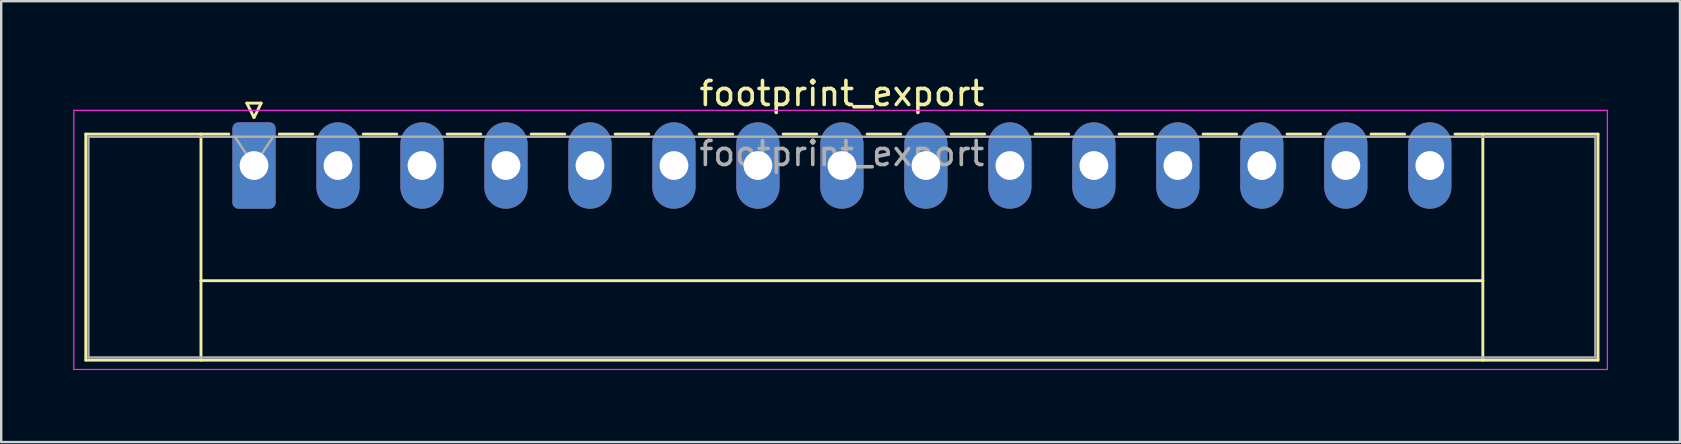
<source format=kicad_pcb>
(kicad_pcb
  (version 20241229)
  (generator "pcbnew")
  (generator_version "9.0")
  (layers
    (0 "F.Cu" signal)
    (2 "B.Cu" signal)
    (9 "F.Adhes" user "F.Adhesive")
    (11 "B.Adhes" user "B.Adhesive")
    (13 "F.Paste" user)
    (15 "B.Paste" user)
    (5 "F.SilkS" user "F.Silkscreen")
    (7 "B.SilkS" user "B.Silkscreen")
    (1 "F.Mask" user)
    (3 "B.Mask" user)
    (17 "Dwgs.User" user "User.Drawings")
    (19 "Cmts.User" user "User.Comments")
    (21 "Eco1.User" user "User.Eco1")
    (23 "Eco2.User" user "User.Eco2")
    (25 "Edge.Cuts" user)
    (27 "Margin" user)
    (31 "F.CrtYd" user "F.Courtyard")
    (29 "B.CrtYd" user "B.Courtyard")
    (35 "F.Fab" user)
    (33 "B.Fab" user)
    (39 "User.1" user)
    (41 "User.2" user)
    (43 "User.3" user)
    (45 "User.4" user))
  (footprint "footprint_export"
    (layer "F.Cu")
    (at 7.535 3.848)
    (property "Reference" "footprint_export" (at 24.5 -3 0) (layer "F.SilkS") (effects (font (size 1 1) (thickness 0.15))))
    (attr through_hole)
    (fp_line (start -7.01 -1.31) (end -7.01 8.11) (stroke (width 0.12) (type solid)) (layer "F.SilkS"))
    (fp_line (start -7.01 -1.31) (end -1.05 -1.31) (stroke (width 0.12) (type solid)) (layer "F.SilkS"))
    (fp_line (start -7.01 8.11) (end 56.01 8.11) (stroke (width 0.12) (type solid)) (layer "F.SilkS"))
    (fp_line (start -2.21 -1.31) (end -2.21 8.11) (stroke (width 0.12) (type solid)) (layer "F.SilkS"))
    (fp_line (start -2.21 4.8) (end 51.21 4.8) (stroke (width 0.12) (type solid)) (layer "F.SilkS"))
    (fp_line (start -0.3 -2.6) (end 0.3 -2.6) (stroke (width 0.12) (type solid)) (layer "F.SilkS"))
    (fp_line (start 0 -2) (end -0.3 -2.6) (stroke (width 0.12) (type solid)) (layer "F.SilkS"))
    (fp_line (start 0.3 -2.6) (end 0 -2) (stroke (width 0.12) (type solid)) (layer "F.SilkS"))
    (fp_line (start 1.05 -1.31) (end 2.45 -1.31) (stroke (width 0.12) (type solid)) (layer "F.SilkS"))
    (fp_line (start 4.55 -1.31) (end 5.95 -1.31) (stroke (width 0.12) (type solid)) (layer "F.SilkS"))
    (fp_line (start 8.05 -1.31) (end 9.45 -1.31) (stroke (width 0.12) (type solid)) (layer "F.SilkS"))
    (fp_line (start 11.55 -1.31) (end 12.95 -1.31) (stroke (width 0.12) (type solid)) (layer "F.SilkS"))
    (fp_line (start 15.05 -1.31) (end 16.45 -1.31) (stroke (width 0.12) (type solid)) (layer "F.SilkS"))
    (fp_line (start 18.55 -1.31) (end 19.95 -1.31) (stroke (width 0.12) (type solid)) (layer "F.SilkS"))
    (fp_line (start 22.05 -1.31) (end 23.45 -1.31) (stroke (width 0.12) (type solid)) (layer "F.SilkS"))
    (fp_line (start 25.55 -1.31) (end 26.95 -1.31) (stroke (width 0.12) (type solid)) (layer "F.SilkS"))
    (fp_line (start 29.05 -1.31) (end 30.45 -1.31) (stroke (width 0.12) (type solid)) (layer "F.SilkS"))
    (fp_line (start 32.55 -1.31) (end 33.95 -1.31) (stroke (width 0.12) (type solid)) (layer "F.SilkS"))
    (fp_line (start 36.05 -1.31) (end 37.45 -1.31) (stroke (width 0.12) (type solid)) (layer "F.SilkS"))
    (fp_line (start 39.55 -1.31) (end 40.95 -1.31) (stroke (width 0.12) (type solid)) (layer "F.SilkS"))
    (fp_line (start 43.05 -1.31) (end 44.45 -1.31) (stroke (width 0.12) (type solid)) (layer "F.SilkS"))
    (fp_line (start 46.55 -1.31) (end 47.95 -1.31) (stroke (width 0.12) (type solid)) (layer "F.SilkS"))
    (fp_line (start 51.21 -1.31) (end 51.21 8.11) (stroke (width 0.12) (type solid)) (layer "F.SilkS"))
    (fp_line (start 56.01 -1.31) (end 50.05 -1.31) (stroke (width 0.12) (type solid)) (layer "F.SilkS"))
    (fp_line (start 56.01 8.11) (end 56.01 -1.31) (stroke (width 0.12) (type solid)) (layer "F.SilkS"))
    (fp_line (start -7.51 -2.3) (end -7.51 8.5) (stroke (width 0.05) (type solid)) (layer "F.CrtYd"))
    (fp_line (start -7.51 8.5) (end 56.4 8.5) (stroke (width 0.05) (type solid)) (layer "F.CrtYd"))
    (fp_line (start 56.4 -2.3) (end -7.51 -2.3) (stroke (width 0.05) (type solid)) (layer "F.CrtYd"))
    (fp_line (start 56.4 8.5) (end 56.4 -2.3) (stroke (width 0.05) (type solid)) (layer "F.CrtYd"))
    (fp_line (start -6.9 -1.2) (end -6.9 8) (stroke (width 0.1) (type solid)) (layer "F.Fab"))
    (fp_line (start -6.9 8) (end 55.9 8) (stroke (width 0.1) (type solid)) (layer "F.Fab"))
    (fp_line (start 0 0) (end -0.8 -1.2) (stroke (width 0.1) (type solid)) (layer "F.Fab"))
    (fp_line (start 0.8 -1.2) (end 0 0) (stroke (width 0.1) (type solid)) (layer "F.Fab"))
    (fp_line (start 55.9 -1.2) (end -6.9 -1.2) (stroke (width 0.1) (type solid)) (layer "F.Fab"))
    (fp_line (start 55.9 8) (end 55.9 -1.2) (stroke (width 0.1) (type solid)) (layer "F.Fab"))
    (fp_text user "${REFERENCE}" (at 24.5 -0.5 0) (layer "F.Fab") (effects (font (size 1 1) (thickness 0.15))))
    (pad "1" thru_hole roundrect (at 0 0) (size 1.8 3.6) (drill 1.2) (layers "*.Cu" "*.Mask") (roundrect_rratio 0.139))
    (pad "2" thru_hole oval (at 3.5 0) (size 1.8 3.6) (drill 1.2) (layers "*.Cu" "*.Mask"))
    (pad "3" thru_hole oval (at 7 0) (size 1.8 3.6) (drill 1.2) (layers "*.Cu" "*.Mask"))
    (pad "4" thru_hole oval (at 10.5 0) (size 1.8 3.6) (drill 1.2) (layers "*.Cu" "*.Mask"))
    (pad "5" thru_hole oval (at 14 0) (size 1.8 3.6) (drill 1.2) (layers "*.Cu" "*.Mask"))
    (pad "6" thru_hole oval (at 17.5 0) (size 1.8 3.6) (drill 1.2) (layers "*.Cu" "*.Mask"))
    (pad "7" thru_hole oval (at 21 0) (size 1.8 3.6) (drill 1.2) (layers "*.Cu" "*.Mask"))
    (pad "8" thru_hole oval (at 24.5 0) (size 1.8 3.6) (drill 1.2) (layers "*.Cu" "*.Mask"))
    (pad "9" thru_hole oval (at 28 0) (size 1.8 3.6) (drill 1.2) (layers "*.Cu" "*.Mask"))
    (pad "10" thru_hole oval (at 31.5 0) (size 1.8 3.6) (drill 1.2) (layers "*.Cu" "*.Mask"))
    (pad "11" thru_hole oval (at 35 0) (size 1.8 3.6) (drill 1.2) (layers "*.Cu" "*.Mask"))
    (pad "12" thru_hole oval (at 38.5 0) (size 1.8 3.6) (drill 1.2) (layers "*.Cu" "*.Mask"))
    (pad "13" thru_hole oval (at 42 0) (size 1.8 3.6) (drill 1.2) (layers "*.Cu" "*.Mask"))
    (pad "14" thru_hole oval (at 45.5 0) (size 1.8 3.6) (drill 1.2) (layers "*.Cu" "*.Mask"))
    (pad "15" thru_hole oval (at 49 0) (size 1.8 3.6) (drill 1.2) (layers "*.Cu" "*.Mask")))
  (gr_rect
    (start -3 -3)
    (end 66.96 15.373)
    (stroke (width 0.1) (type default))
    (fill no)
    (layer "Edge.Cuts")))
</source>
